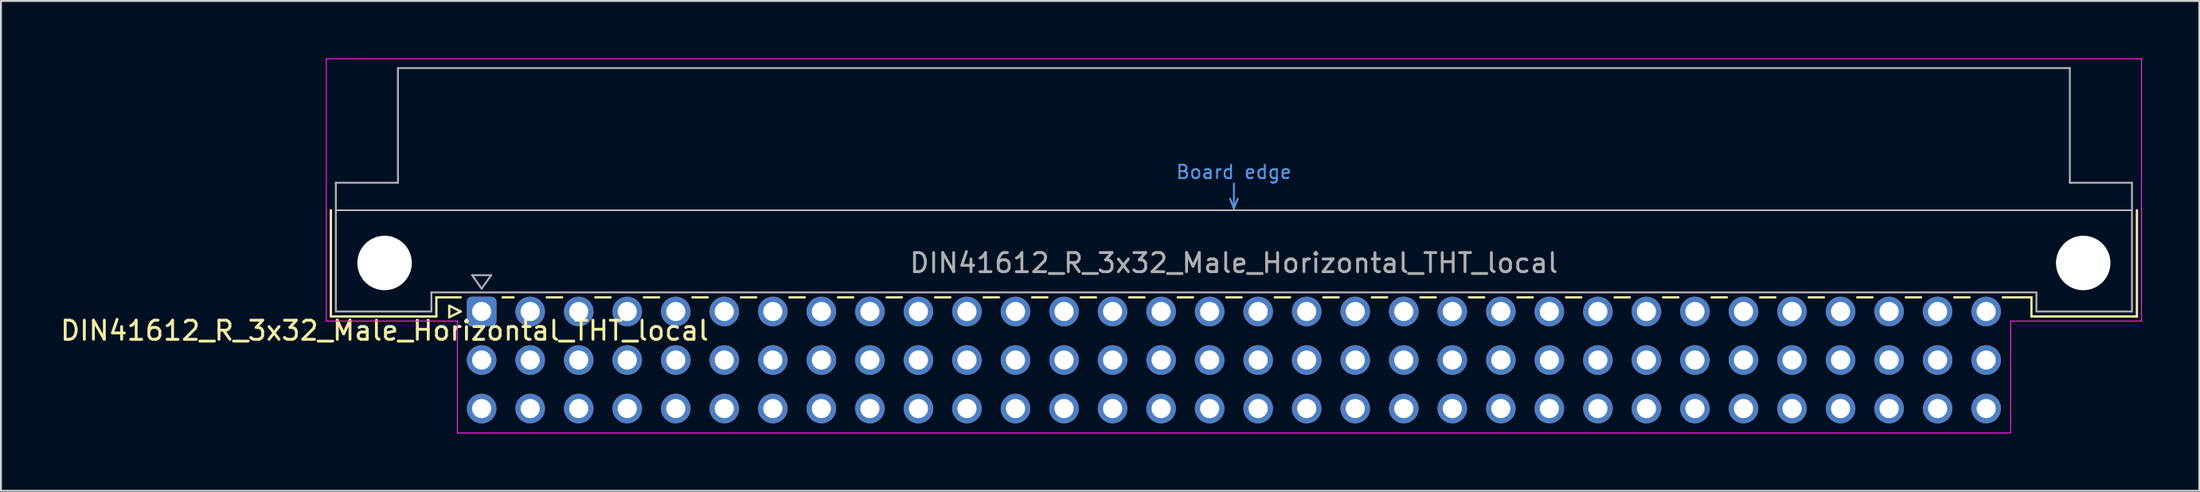
<source format=kicad_pcb>
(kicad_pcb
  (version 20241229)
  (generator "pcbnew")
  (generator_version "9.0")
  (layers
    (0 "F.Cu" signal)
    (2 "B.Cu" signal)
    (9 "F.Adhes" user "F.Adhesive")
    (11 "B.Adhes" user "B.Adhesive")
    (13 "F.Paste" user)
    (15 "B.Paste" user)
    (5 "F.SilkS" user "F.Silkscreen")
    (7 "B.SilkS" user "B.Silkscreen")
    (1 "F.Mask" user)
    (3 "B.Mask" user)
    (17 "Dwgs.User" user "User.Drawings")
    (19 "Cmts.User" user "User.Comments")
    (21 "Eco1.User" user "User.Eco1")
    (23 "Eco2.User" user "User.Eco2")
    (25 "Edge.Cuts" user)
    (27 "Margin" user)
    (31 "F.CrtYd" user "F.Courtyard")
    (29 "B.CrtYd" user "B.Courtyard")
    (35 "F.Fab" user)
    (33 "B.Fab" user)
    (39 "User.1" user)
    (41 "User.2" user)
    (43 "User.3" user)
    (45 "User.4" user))
  (footprint "DIN41612_R_3x32_Male_Horizontal_THT_local"
    (layer "F.Cu")
    (at 22.157 13.255)
    (property "Reference" "DIN41612_R_3x32_Male_Horizontal_THT_local" (at -5.08 1 0) (layer "F.SilkS") (effects (font (size 1 1) (thickness 0.15))))
    (attr through_hole)
    (fp_line (start -7.89 -5.3) (end -7.89 0.26) (stroke (width 0.12) (type solid)) (layer "F.SilkS"))
    (fp_line (start -7.89 0.26) (end -2.37 0.26) (stroke (width 0.12) (type solid)) (layer "F.SilkS"))
    (fp_line (start -2.371 -0.74) (end -1.095 -0.74) (stroke (width 0.12) (type solid)) (layer "F.SilkS"))
    (fp_line (start -2.37 0.26) (end -2.37 -0.74) (stroke (width 0.12) (type solid)) (layer "F.SilkS"))
    (fp_line (start -1.695 -0.3) (end -1.695 0.3) (stroke (width 0.12) (type solid)) (layer "F.SilkS"))
    (fp_line (start -1.695 0.3) (end -1.095 0) (stroke (width 0.12) (type solid)) (layer "F.SilkS"))
    (fp_line (start -1.095 0) (end -1.695 -0.3) (stroke (width 0.12) (type solid)) (layer "F.SilkS"))
    (fp_line (start 1.095 -0.74) (end 1.671 -0.74) (stroke (width 0.12) (type solid)) (layer "F.SilkS"))
    (fp_line (start 3.41 -0.74) (end 4.211 -0.74) (stroke (width 0.12) (type solid)) (layer "F.SilkS"))
    (fp_line (start 5.95 -0.74) (end 6.751 -0.74) (stroke (width 0.12) (type solid)) (layer "F.SilkS"))
    (fp_line (start 8.49 -0.74) (end 9.291 -0.74) (stroke (width 0.12) (type solid)) (layer "F.SilkS"))
    (fp_line (start 11.03 -0.74) (end 11.831 -0.74) (stroke (width 0.12) (type solid)) (layer "F.SilkS"))
    (fp_line (start 13.57 -0.74) (end 14.371 -0.74) (stroke (width 0.12) (type solid)) (layer "F.SilkS"))
    (fp_line (start 16.11 -0.74) (end 16.911 -0.74) (stroke (width 0.12) (type solid)) (layer "F.SilkS"))
    (fp_line (start 18.65 -0.74) (end 19.451 -0.74) (stroke (width 0.12) (type solid)) (layer "F.SilkS"))
    (fp_line (start 21.19 -0.74) (end 21.991 -0.74) (stroke (width 0.12) (type solid)) (layer "F.SilkS"))
    (fp_line (start 23.73 -0.74) (end 24.531 -0.74) (stroke (width 0.12) (type solid)) (layer "F.SilkS"))
    (fp_line (start 26.27 -0.74) (end 27.071 -0.74) (stroke (width 0.12) (type solid)) (layer "F.SilkS"))
    (fp_line (start 28.81 -0.74) (end 29.611 -0.74) (stroke (width 0.12) (type solid)) (layer "F.SilkS"))
    (fp_line (start 31.35 -0.74) (end 32.151 -0.74) (stroke (width 0.12) (type solid)) (layer "F.SilkS"))
    (fp_line (start 33.89 -0.74) (end 34.691 -0.74) (stroke (width 0.12) (type solid)) (layer "F.SilkS"))
    (fp_line (start 36.43 -0.74) (end 37.231 -0.74) (stroke (width 0.12) (type solid)) (layer "F.SilkS"))
    (fp_line (start 38.97 -0.74) (end 39.771 -0.74) (stroke (width 0.12) (type solid)) (layer "F.SilkS"))
    (fp_line (start 41.51 -0.74) (end 42.311 -0.74) (stroke (width 0.12) (type solid)) (layer "F.SilkS"))
    (fp_line (start 44.05 -0.74) (end 44.851 -0.74) (stroke (width 0.12) (type solid)) (layer "F.SilkS"))
    (fp_line (start 46.59 -0.74) (end 47.391 -0.74) (stroke (width 0.12) (type solid)) (layer "F.SilkS"))
    (fp_line (start 49.13 -0.74) (end 49.931 -0.74) (stroke (width 0.12) (type solid)) (layer "F.SilkS"))
    (fp_line (start 51.67 -0.74) (end 52.471 -0.74) (stroke (width 0.12) (type solid)) (layer "F.SilkS"))
    (fp_line (start 54.21 -0.74) (end 55.011 -0.74) (stroke (width 0.12) (type solid)) (layer "F.SilkS"))
    (fp_line (start 56.75 -0.74) (end 57.551 -0.74) (stroke (width 0.12) (type solid)) (layer "F.SilkS"))
    (fp_line (start 59.29 -0.74) (end 60.091 -0.74) (stroke (width 0.12) (type solid)) (layer "F.SilkS"))
    (fp_line (start 61.83 -0.74) (end 62.631 -0.74) (stroke (width 0.12) (type solid)) (layer "F.SilkS"))
    (fp_line (start 64.37 -0.74) (end 65.171 -0.74) (stroke (width 0.12) (type solid)) (layer "F.SilkS"))
    (fp_line (start 66.91 -0.74) (end 67.711 -0.74) (stroke (width 0.12) (type solid)) (layer "F.SilkS"))
    (fp_line (start 69.45 -0.74) (end 70.251 -0.74) (stroke (width 0.12) (type solid)) (layer "F.SilkS"))
    (fp_line (start 71.99 -0.74) (end 72.791 -0.74) (stroke (width 0.12) (type solid)) (layer "F.SilkS"))
    (fp_line (start 74.53 -0.74) (end 75.331 -0.74) (stroke (width 0.12) (type solid)) (layer "F.SilkS"))
    (fp_line (start 77.07 -0.74) (end 77.871 -0.74) (stroke (width 0.12) (type solid)) (layer "F.SilkS"))
    (fp_line (start 79.61 -0.74) (end 81.11 -0.74) (stroke (width 0.12) (type solid)) (layer "F.SilkS"))
    (fp_line (start 81.11 0.26) (end 81.11 -0.74) (stroke (width 0.12) (type solid)) (layer "F.SilkS"))
    (fp_line (start 86.63 -5.3) (end 86.63 0.26) (stroke (width 0.12) (type solid)) (layer "F.SilkS"))
    (fp_line (start 86.63 0.26) (end 81.11 0.26) (stroke (width 0.12) (type solid)) (layer "F.SilkS"))
    (fp_line (start -7.63 -5.3) (end 86.37 -5.3) (stroke (width 0.08) (type solid)) (layer "Dwgs.User"))
    (fp_line (start 39.17 -5.9) (end 39.37 -5.4) (stroke (width 0.1) (type solid)) (layer "Cmts.User"))
    (fp_line (start 39.37 -5.4) (end 39.37 -6.7) (stroke (width 0.1) (type solid)) (layer "Cmts.User"))
    (fp_line (start 39.37 -5.4) (end 39.57 -5.9) (stroke (width 0.1) (type solid)) (layer "Cmts.User"))
    (fp_line (start -8.13 -13.23) (end -8.13 0.5) (stroke (width 0.05) (type solid)) (layer "F.CrtYd"))
    (fp_line (start -8.13 0.5) (end -1.27 0.5) (stroke (width 0.05) (type solid)) (layer "F.CrtYd"))
    (fp_line (start -1.27 0.5) (end -1.27 6.36) (stroke (width 0.05) (type solid)) (layer "F.CrtYd"))
    (fp_line (start -1.27 6.36) (end 80.02 6.36) (stroke (width 0.05) (type solid)) (layer "F.CrtYd"))
    (fp_line (start 80.02 0.5) (end 86.87 0.5) (stroke (width 0.05) (type solid)) (layer "F.CrtYd"))
    (fp_line (start 80.02 6.36) (end 80.02 0.5) (stroke (width 0.05) (type solid)) (layer "F.CrtYd"))
    (fp_line (start 86.87 -13.23) (end -8.13 -13.23) (stroke (width 0.05) (type solid)) (layer "F.CrtYd"))
    (fp_line (start 86.87 0.5) (end 86.87 -13.23) (stroke (width 0.05) (type solid)) (layer "F.CrtYd"))
    (fp_line (start -7.63 -6.74) (end -7.63 0) (stroke (width 0.1) (type solid)) (layer "F.Fab"))
    (fp_line (start -7.63 0) (end -2.63 0) (stroke (width 0.1) (type solid)) (layer "F.Fab"))
    (fp_line (start -4.38 -12.74) (end -4.38 -6.74) (stroke (width 0.1) (type solid)) (layer "F.Fab"))
    (fp_line (start -4.38 -6.74) (end -7.63 -6.74) (stroke (width 0.1) (type solid)) (layer "F.Fab"))
    (fp_line (start -2.63 -1) (end 81.37 -1) (stroke (width 0.1) (type solid)) (layer "F.Fab"))
    (fp_line (start -2.63 0) (end -2.63 -1) (stroke (width 0.1) (type solid)) (layer "F.Fab"))
    (fp_line (start -0.5 -1.9) (end 0.5 -1.9) (stroke (width 0.1) (type solid)) (layer "F.Fab"))
    (fp_line (start 0 -1.2) (end -0.5 -1.9) (stroke (width 0.1) (type solid)) (layer "F.Fab"))
    (fp_line (start 0.5 -1.9) (end 0 -1.2) (stroke (width 0.1) (type solid)) (layer "F.Fab"))
    (fp_line (start 81.37 -1) (end 81.37 0) (stroke (width 0.1) (type solid)) (layer "F.Fab"))
    (fp_line (start 81.37 0) (end 86.37 0) (stroke (width 0.1) (type solid)) (layer "F.Fab"))
    (fp_line (start 83.12 -12.74) (end -4.38 -12.74) (stroke (width 0.1) (type solid)) (layer "F.Fab"))
    (fp_line (start 83.12 -6.74) (end 83.12 -12.74) (stroke (width 0.1) (type solid)) (layer "F.Fab"))
    (fp_line (start 86.37 -6.74) (end 83.12 -6.74) (stroke (width 0.1) (type solid)) (layer "F.Fab"))
    (fp_line (start 86.37 0) (end 86.37 -6.74) (stroke (width 0.1) (type solid)) (layer "F.Fab"))
    (fp_text user "Board edge" (at 39.37 -7.3 0) (layer "Cmts.User") (effects (font (size 0.7 0.7) (thickness 0.1))))
    (fp_text user "${REFERENCE}" (at 39.37 -2.54 0) (layer "F.Fab") (effects (font (size 1 1) (thickness 0.15))))
    (pad "" np_thru_hole circle (at -5.08 -2.54) (size 2.85 2.85) (drill 2.85) (layers "*.Cu" "*.Mask"))
    (pad "" np_thru_hole circle (at 83.82 -2.54) (size 2.85 2.85) (drill 2.85) (layers "*.Cu" "*.Mask"))
    (pad "A1" thru_hole roundrect (at 0 0) (size 1.55 1.55) (drill 1) (layers "*.Cu" "*.Mask") (roundrect_rratio 0.161))
    (pad "A2" thru_hole circle (at 2.54 0) (size 1.55 1.55) (drill 1) (layers "*.Cu" "*.Mask"))
    (pad "A3" thru_hole circle (at 5.08 0) (size 1.55 1.55) (drill 1) (layers "*.Cu" "*.Mask"))
    (pad "A4" thru_hole circle (at 7.62 0) (size 1.55 1.55) (drill 1) (layers "*.Cu" "*.Mask"))
    (pad "A5" thru_hole circle (at 10.16 0) (size 1.55 1.55) (drill 1) (layers "*.Cu" "*.Mask"))
    (pad "A6" thru_hole circle (at 12.7 0) (size 1.55 1.55) (drill 1) (layers "*.Cu" "*.Mask"))
    (pad "A7" thru_hole circle (at 15.24 0) (size 1.55 1.55) (drill 1) (layers "*.Cu" "*.Mask"))
    (pad "A8" thru_hole circle (at 17.78 0) (size 1.55 1.55) (drill 1) (layers "*.Cu" "*.Mask"))
    (pad "A9" thru_hole circle (at 20.32 0) (size 1.55 1.55) (drill 1) (layers "*.Cu" "*.Mask"))
    (pad "A10" thru_hole circle (at 22.86 0) (size 1.55 1.55) (drill 1) (layers "*.Cu" "*.Mask"))
    (pad "A11" thru_hole circle (at 25.4 0) (size 1.55 1.55) (drill 1) (layers "*.Cu" "*.Mask"))
    (pad "A12" thru_hole circle (at 27.94 0) (size 1.55 1.55) (drill 1) (layers "*.Cu" "*.Mask"))
    (pad "A13" thru_hole circle (at 30.48 0) (size 1.55 1.55) (drill 1) (layers "*.Cu" "*.Mask"))
    (pad "A14" thru_hole circle (at 33.02 0) (size 1.55 1.55) (drill 1) (layers "*.Cu" "*.Mask"))
    (pad "A15" thru_hole circle (at 35.56 0) (size 1.55 1.55) (drill 1) (layers "*.Cu" "*.Mask"))
    (pad "A16" thru_hole circle (at 38.1 0) (size 1.55 1.55) (drill 1) (layers "*.Cu" "*.Mask"))
    (pad "A17" thru_hole circle (at 40.64 0) (size 1.55 1.55) (drill 1) (layers "*.Cu" "*.Mask"))
    (pad "A18" thru_hole circle (at 43.18 0) (size 1.55 1.55) (drill 1) (layers "*.Cu" "*.Mask"))
    (pad "A19" thru_hole circle (at 45.72 0) (size 1.55 1.55) (drill 1) (layers "*.Cu" "*.Mask"))
    (pad "A20" thru_hole circle (at 48.26 0) (size 1.55 1.55) (drill 1) (layers "*.Cu" "*.Mask"))
    (pad "A21" thru_hole circle (at 50.8 0) (size 1.55 1.55) (drill 1) (layers "*.Cu" "*.Mask"))
    (pad "A22" thru_hole circle (at 53.34 0) (size 1.55 1.55) (drill 1) (layers "*.Cu" "*.Mask"))
    (pad "A23" thru_hole circle (at 55.88 0) (size 1.55 1.55) (drill 1) (layers "*.Cu" "*.Mask"))
    (pad "A24" thru_hole circle (at 58.42 0) (size 1.55 1.55) (drill 1) (layers "*.Cu" "*.Mask"))
    (pad "A25" thru_hole circle (at 60.96 0) (size 1.55 1.55) (drill 1) (layers "*.Cu" "*.Mask"))
    (pad "A26" thru_hole circle (at 63.5 0) (size 1.55 1.55) (drill 1) (layers "*.Cu" "*.Mask"))
    (pad "A27" thru_hole circle (at 66.04 0) (size 1.55 1.55) (drill 1) (layers "*.Cu" "*.Mask"))
    (pad "A28" thru_hole circle (at 68.58 0) (size 1.55 1.55) (drill 1) (layers "*.Cu" "*.Mask"))
    (pad "A29" thru_hole circle (at 71.12 0) (size 1.55 1.55) (drill 1) (layers "*.Cu" "*.Mask"))
    (pad "A30" thru_hole circle (at 73.66 0) (size 1.55 1.55) (drill 1) (layers "*.Cu" "*.Mask"))
    (pad "A31" thru_hole circle (at 76.2 0) (size 1.55 1.55) (drill 1) (layers "*.Cu" "*.Mask"))
    (pad "A32" thru_hole circle (at 78.74 0) (size 1.55 1.55) (drill 1) (layers "*.Cu" "*.Mask"))
    (pad "B1" thru_hole circle (at 0 2.54) (size 1.55 1.55) (drill 1) (layers "*.Cu" "*.Mask"))
    (pad "B2" thru_hole circle (at 2.54 2.54) (size 1.55 1.55) (drill 1) (layers "*.Cu" "*.Mask"))
    (pad "B3" thru_hole circle (at 5.08 2.54) (size 1.55 1.55) (drill 1) (layers "*.Cu" "*.Mask"))
    (pad "B4" thru_hole circle (at 7.62 2.54) (size 1.55 1.55) (drill 1) (layers "*.Cu" "*.Mask"))
    (pad "B5" thru_hole circle (at 10.16 2.54) (size 1.55 1.55) (drill 1) (layers "*.Cu" "*.Mask"))
    (pad "B6" thru_hole circle (at 12.7 2.54) (size 1.55 1.55) (drill 1) (layers "*.Cu" "*.Mask"))
    (pad "B7" thru_hole circle (at 15.24 2.54) (size 1.55 1.55) (drill 1) (layers "*.Cu" "*.Mask"))
    (pad "B8" thru_hole circle (at 17.78 2.54) (size 1.55 1.55) (drill 1) (layers "*.Cu" "*.Mask"))
    (pad "B9" thru_hole circle (at 20.32 2.54) (size 1.55 1.55) (drill 1) (layers "*.Cu" "*.Mask"))
    (pad "B10" thru_hole circle (at 22.86 2.54) (size 1.55 1.55) (drill 1) (layers "*.Cu" "*.Mask"))
    (pad "B11" thru_hole circle (at 25.4 2.54) (size 1.55 1.55) (drill 1) (layers "*.Cu" "*.Mask"))
    (pad "B12" thru_hole circle (at 27.94 2.54) (size 1.55 1.55) (drill 1) (layers "*.Cu" "*.Mask"))
    (pad "B13" thru_hole circle (at 30.48 2.54) (size 1.55 1.55) (drill 1) (layers "*.Cu" "*.Mask"))
    (pad "B14" thru_hole circle (at 33.02 2.54) (size 1.55 1.55) (drill 1) (layers "*.Cu" "*.Mask"))
    (pad "B15" thru_hole circle (at 35.56 2.54) (size 1.55 1.55) (drill 1) (layers "*.Cu" "*.Mask"))
    (pad "B16" thru_hole circle (at 38.1 2.54) (size 1.55 1.55) (drill 1) (layers "*.Cu" "*.Mask"))
    (pad "B17" thru_hole circle (at 40.64 2.54) (size 1.55 1.55) (drill 1) (layers "*.Cu" "*.Mask"))
    (pad "B18" thru_hole circle (at 43.18 2.54) (size 1.55 1.55) (drill 1) (layers "*.Cu" "*.Mask"))
    (pad "B19" thru_hole circle (at 45.72 2.54) (size 1.55 1.55) (drill 1) (layers "*.Cu" "*.Mask"))
    (pad "B20" thru_hole circle (at 48.26 2.54) (size 1.55 1.55) (drill 1) (layers "*.Cu" "*.Mask"))
    (pad "B21" thru_hole circle (at 50.8 2.54) (size 1.55 1.55) (drill 1) (layers "*.Cu" "*.Mask"))
    (pad "B22" thru_hole circle (at 53.34 2.54) (size 1.55 1.55) (drill 1) (layers "*.Cu" "*.Mask"))
    (pad "B23" thru_hole circle (at 55.88 2.54) (size 1.55 1.55) (drill 1) (layers "*.Cu" "*.Mask"))
    (pad "B24" thru_hole circle (at 58.42 2.54) (size 1.55 1.55) (drill 1) (layers "*.Cu" "*.Mask"))
    (pad "B25" thru_hole circle (at 60.96 2.54) (size 1.55 1.55) (drill 1) (layers "*.Cu" "*.Mask"))
    (pad "B26" thru_hole circle (at 63.5 2.54) (size 1.55 1.55) (drill 1) (layers "*.Cu" "*.Mask"))
    (pad "B27" thru_hole circle (at 66.04 2.54) (size 1.55 1.55) (drill 1) (layers "*.Cu" "*.Mask"))
    (pad "B28" thru_hole circle (at 68.58 2.54) (size 1.55 1.55) (drill 1) (layers "*.Cu" "*.Mask"))
    (pad "B29" thru_hole circle (at 71.12 2.54) (size 1.55 1.55) (drill 1) (layers "*.Cu" "*.Mask"))
    (pad "B30" thru_hole circle (at 73.66 2.54) (size 1.55 1.55) (drill 1) (layers "*.Cu" "*.Mask"))
    (pad "B31" thru_hole circle (at 76.2 2.54) (size 1.55 1.55) (drill 1) (layers "*.Cu" "*.Mask"))
    (pad "B32" thru_hole circle (at 78.74 2.54) (size 1.55 1.55) (drill 1) (layers "*.Cu" "*.Mask"))
    (pad "C1" thru_hole circle (at 0 5.08) (size 1.55 1.55) (drill 1) (layers "*.Cu" "*.Mask"))
    (pad "C2" thru_hole circle (at 2.54 5.08) (size 1.55 1.55) (drill 1) (layers "*.Cu" "*.Mask"))
    (pad "C3" thru_hole circle (at 5.08 5.08) (size 1.55 1.55) (drill 1) (layers "*.Cu" "*.Mask"))
    (pad "C4" thru_hole circle (at 7.62 5.08) (size 1.55 1.55) (drill 1) (layers "*.Cu" "*.Mask"))
    (pad "C5" thru_hole circle (at 10.16 5.08) (size 1.55 1.55) (drill 1) (layers "*.Cu" "*.Mask"))
    (pad "C6" thru_hole circle (at 12.7 5.08) (size 1.55 1.55) (drill 1) (layers "*.Cu" "*.Mask"))
    (pad "C7" thru_hole circle (at 15.24 5.08) (size 1.55 1.55) (drill 1) (layers "*.Cu" "*.Mask"))
    (pad "C8" thru_hole circle (at 17.78 5.08) (size 1.55 1.55) (drill 1) (layers "*.Cu" "*.Mask"))
    (pad "C9" thru_hole circle (at 20.32 5.08) (size 1.55 1.55) (drill 1) (layers "*.Cu" "*.Mask"))
    (pad "C10" thru_hole circle (at 22.86 5.08) (size 1.55 1.55) (drill 1) (layers "*.Cu" "*.Mask"))
    (pad "C11" thru_hole circle (at 25.4 5.08) (size 1.55 1.55) (drill 1) (layers "*.Cu" "*.Mask"))
    (pad "C12" thru_hole circle (at 27.94 5.08) (size 1.55 1.55) (drill 1) (layers "*.Cu" "*.Mask"))
    (pad "C13" thru_hole circle (at 30.48 5.08) (size 1.55 1.55) (drill 1) (layers "*.Cu" "*.Mask"))
    (pad "C14" thru_hole circle (at 33.02 5.08) (size 1.55 1.55) (drill 1) (layers "*.Cu" "*.Mask"))
    (pad "C15" thru_hole circle (at 35.56 5.08) (size 1.55 1.55) (drill 1) (layers "*.Cu" "*.Mask"))
    (pad "C16" thru_hole circle (at 38.1 5.08) (size 1.55 1.55) (drill 1) (layers "*.Cu" "*.Mask"))
    (pad "C17" thru_hole circle (at 40.64 5.08) (size 1.55 1.55) (drill 1) (layers "*.Cu" "*.Mask"))
    (pad "C18" thru_hole circle (at 43.18 5.08) (size 1.55 1.55) (drill 1) (layers "*.Cu" "*.Mask"))
    (pad "C19" thru_hole circle (at 45.72 5.08) (size 1.55 1.55) (drill 1) (layers "*.Cu" "*.Mask"))
    (pad "C20" thru_hole circle (at 48.26 5.08) (size 1.55 1.55) (drill 1) (layers "*.Cu" "*.Mask"))
    (pad "C21" thru_hole circle (at 50.8 5.08) (size 1.55 1.55) (drill 1) (layers "*.Cu" "*.Mask"))
    (pad "C22" thru_hole circle (at 53.34 5.08) (size 1.55 1.55) (drill 1) (layers "*.Cu" "*.Mask"))
    (pad "C23" thru_hole circle (at 55.88 5.08) (size 1.55 1.55) (drill 1) (layers "*.Cu" "*.Mask"))
    (pad "C24" thru_hole circle (at 58.42 5.08) (size 1.55 1.55) (drill 1) (layers "*.Cu" "*.Mask"))
    (pad "C25" thru_hole circle (at 60.96 5.08) (size 1.55 1.55) (drill 1) (layers "*.Cu" "*.Mask"))
    (pad "C26" thru_hole circle (at 63.5 5.08) (size 1.55 1.55) (drill 1) (layers "*.Cu" "*.Mask"))
    (pad "C27" thru_hole circle (at 66.04 5.08) (size 1.55 1.55) (drill 1) (layers "*.Cu" "*.Mask"))
    (pad "C28" thru_hole circle (at 68.58 5.08) (size 1.55 1.55) (drill 1) (layers "*.Cu" "*.Mask"))
    (pad "C29" thru_hole circle (at 71.12 5.08) (size 1.55 1.55) (drill 1) (layers "*.Cu" "*.Mask"))
    (pad "C30" thru_hole circle (at 73.66 5.08) (size 1.55 1.55) (drill 1) (layers "*.Cu" "*.Mask"))
    (pad "C31" thru_hole circle (at 76.2 5.08) (size 1.55 1.55) (drill 1) (layers "*.Cu" "*.Mask"))
    (pad "C32" thru_hole circle (at 78.74 5.08) (size 1.55 1.55) (drill 1) (layers "*.Cu" "*.Mask")))
  (gr_rect
    (start -3 -3)
    (end 112.052 22.64)
    (stroke (width 0.1) (type default))
    (fill no)
    (layer "Edge.Cuts")))
</source>
